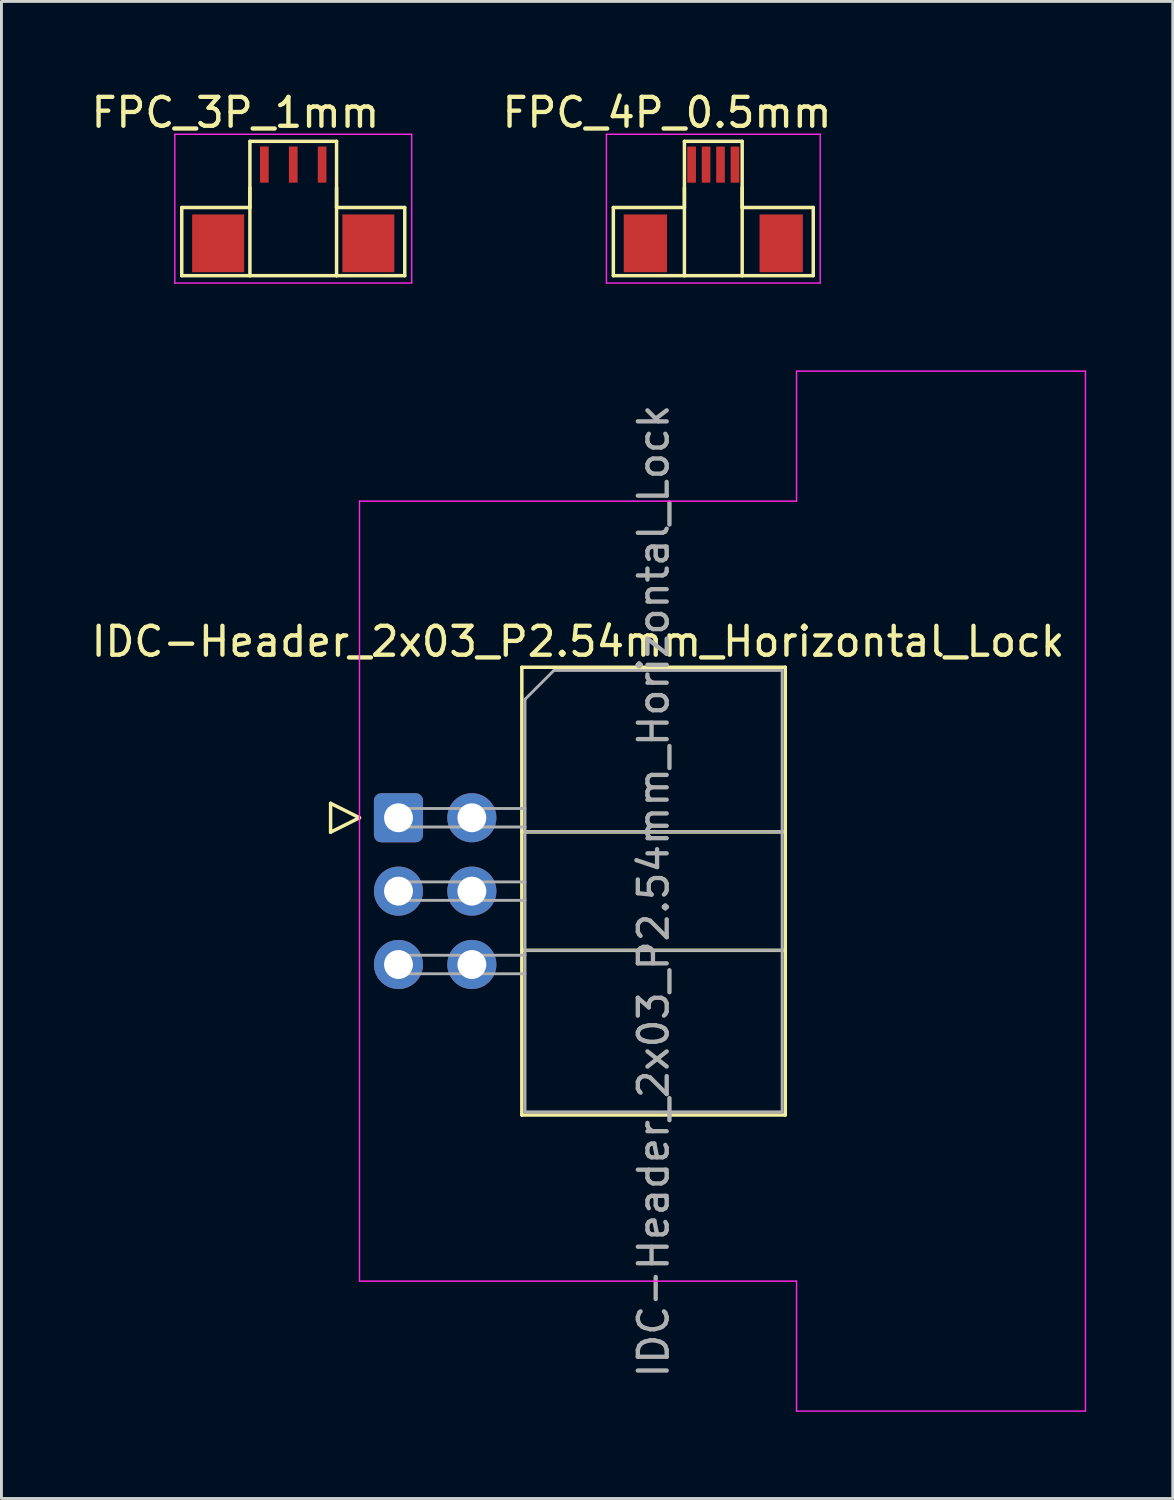
<source format=kicad_pcb>
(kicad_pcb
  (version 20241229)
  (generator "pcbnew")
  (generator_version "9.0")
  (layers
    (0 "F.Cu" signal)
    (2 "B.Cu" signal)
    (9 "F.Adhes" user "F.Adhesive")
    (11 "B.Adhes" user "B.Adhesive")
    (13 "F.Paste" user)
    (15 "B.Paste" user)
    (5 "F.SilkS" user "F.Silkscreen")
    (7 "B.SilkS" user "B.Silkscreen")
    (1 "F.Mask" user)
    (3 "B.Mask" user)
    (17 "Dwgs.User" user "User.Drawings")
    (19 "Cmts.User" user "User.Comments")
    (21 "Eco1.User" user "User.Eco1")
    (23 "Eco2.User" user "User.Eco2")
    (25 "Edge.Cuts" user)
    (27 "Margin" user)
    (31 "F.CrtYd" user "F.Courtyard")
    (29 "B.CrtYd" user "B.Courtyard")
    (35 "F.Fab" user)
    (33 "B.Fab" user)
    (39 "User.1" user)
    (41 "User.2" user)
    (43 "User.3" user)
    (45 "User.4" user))
  (footprint "IDC-Header_2x03_P2.54mm_Horizontal_Lock"
    (layer "F.Cu")
    (at 10.769 25.243)
    (property "Reference" "IDC-Header_2x03_P2.54mm_Horizontal_Lock" (at 6.19 -6.085 0) (layer "F.SilkS") (effects (font (size 1 1) (thickness 0.15))))
    (attr through_hole)
    (fp_line (start -2.375 -0.485) (end -2.375 0.515) (stroke (width 0.12) (type solid)) (layer "F.SilkS"))
    (fp_line (start -2.375 0.515) (end -1.375 0.015) (stroke (width 0.12) (type solid)) (layer "F.SilkS"))
    (fp_line (start -1.375 0.015) (end -2.375 -0.485) (stroke (width 0.12) (type solid)) (layer "F.SilkS"))
    (fp_line (start 4.245 -5.195) (end 13.365 -5.195) (stroke (width 0.12) (type solid)) (layer "F.SilkS"))
    (fp_line (start 4.245 0.505) (end 13.365 0.505) (stroke (width 0.12) (type solid)) (layer "F.SilkS"))
    (fp_line (start 4.245 4.605) (end 13.365 4.605) (stroke (width 0.12) (type solid)) (layer "F.SilkS"))
    (fp_line (start 4.245 10.305) (end 4.245 -5.195) (stroke (width 0.12) (type solid)) (layer "F.SilkS"))
    (fp_line (start 13.365 -5.195) (end 13.365 10.305) (stroke (width 0.12) (type solid)) (layer "F.SilkS"))
    (fp_line (start 13.365 10.305) (end 4.245 10.305) (stroke (width 0.12) (type solid)) (layer "F.SilkS"))
    (fp_line (start -1.375 -10.945) (end -1.375 16.055) (stroke (width 0.05) (type solid)) (layer "F.CrtYd"))
    (fp_line (start -1.375 16.055) (end 13.755 16.055) (stroke (width 0.05) (type solid)) (layer "F.CrtYd"))
    (fp_line (start 13.755 -15.445) (end 13.755 -10.945) (stroke (width 0.05) (type solid)) (layer "F.CrtYd"))
    (fp_line (start 13.755 -15.445) (end 23.755 -15.445) (stroke (width 0.05) (type solid)) (layer "F.CrtYd"))
    (fp_line (start 13.755 -10.945) (end -1.375 -10.945) (stroke (width 0.05) (type solid)) (layer "F.CrtYd"))
    (fp_line (start 13.755 16.055) (end 13.755 20.555) (stroke (width 0.05) (type solid)) (layer "F.CrtYd"))
    (fp_line (start 13.755 20.555) (end 23.755 20.555) (stroke (width 0.05) (type solid)) (layer "F.CrtYd"))
    (fp_line (start 23.755 -15.445) (end 23.755 20.555) (stroke (width 0.05) (type solid)) (layer "F.CrtYd"))
    (fp_line (start -0.345 -0.305) (end -0.345 0.335) (stroke (width 0.1) (type solid)) (layer "F.Fab"))
    (fp_line (start -0.345 0.335) (end 4.355 0.335) (stroke (width 0.1) (type solid)) (layer "F.Fab"))
    (fp_line (start -0.345 2.235) (end -0.345 2.875) (stroke (width 0.1) (type solid)) (layer "F.Fab"))
    (fp_line (start -0.345 2.875) (end 4.355 2.875) (stroke (width 0.1) (type solid)) (layer "F.Fab"))
    (fp_line (start -0.345 4.775) (end -0.345 5.415) (stroke (width 0.1) (type solid)) (layer "F.Fab"))
    (fp_line (start -0.345 5.415) (end 4.355 5.415) (stroke (width 0.1) (type solid)) (layer "F.Fab"))
    (fp_line (start 4.355 -4.085) (end 5.355 -5.085) (stroke (width 0.1) (type solid)) (layer "F.Fab"))
    (fp_line (start 4.355 -0.305) (end -0.345 -0.305) (stroke (width 0.1) (type solid)) (layer "F.Fab"))
    (fp_line (start 4.355 0.505) (end 13.255 0.505) (stroke (width 0.1) (type solid)) (layer "F.Fab"))
    (fp_line (start 4.355 2.235) (end -0.345 2.235) (stroke (width 0.1) (type solid)) (layer "F.Fab"))
    (fp_line (start 4.355 4.605) (end 13.255 4.605) (stroke (width 0.1) (type solid)) (layer "F.Fab"))
    (fp_line (start 4.355 4.775) (end -0.345 4.775) (stroke (width 0.1) (type solid)) (layer "F.Fab"))
    (fp_line (start 4.355 10.195) (end 4.355 -4.085) (stroke (width 0.1) (type solid)) (layer "F.Fab"))
    (fp_line (start 5.355 -5.085) (end 13.255 -5.085) (stroke (width 0.1) (type solid)) (layer "F.Fab"))
    (fp_line (start 13.255 -5.085) (end 13.255 10.195) (stroke (width 0.1) (type solid)) (layer "F.Fab"))
    (fp_line (start 13.255 10.195) (end 4.355 10.195) (stroke (width 0.1) (type solid)) (layer "F.Fab"))
    (fp_text user "${REFERENCE}" (at 8.805 2.555 90) (layer "F.Fab") (effects (font (size 1 1) (thickness 0.15))))
    (pad "1" thru_hole roundrect (at -0.025 0.015) (size 1.7 1.7) (drill 1) (layers "*.Cu" "*.Mask") (roundrect_rratio 0.147))
    (pad "2" thru_hole circle (at 2.515 0.015) (size 1.7 1.7) (drill 1) (layers "*.Cu" "*.Mask"))
    (pad "3" thru_hole circle (at -0.025 2.555) (size 1.7 1.7) (drill 1) (layers "*.Cu" "*.Mask"))
    (pad "4" thru_hole circle (at 2.515 2.555) (size 1.7 1.7) (drill 1) (layers "*.Cu" "*.Mask"))
    (pad "5" thru_hole circle (at -0.025 5.095) (size 1.7 1.7) (drill 1) (layers "*.Cu" "*.Mask"))
    (pad "6" thru_hole circle (at 2.515 5.095) (size 1.7 1.7) (drill 1) (layers "*.Cu" "*.Mask")))
  (footprint "FPC_4P_0.5mm"
    (layer "F.Cu")
    (at 21.642 2.648)
    (property "Reference" "FPC_4P_0.5mm" (at -1.6 -1.8 0) (layer "F.SilkS") (effects (font (size 1 1) (thickness 0.15))))
    (attr through_hole)
    (fp_line (start -3.46 1.485) (end -1 1.485) (stroke (width 0.12) (type solid)) (layer "F.SilkS"))
    (fp_line (start -3.46 3.845) (end -3.46 1.485) (stroke (width 0.12) (type solid)) (layer "F.SilkS"))
    (fp_line (start -1 -0.805) (end 1 -0.805) (stroke (width 0.12) (type solid)) (layer "F.SilkS"))
    (fp_line (start -1 0.805) (end -1 3.845) (stroke (width 0.12) (type solid)) (layer "F.SilkS"))
    (fp_line (start -1 1.485) (end -1 -0.805) (stroke (width 0.12) (type solid)) (layer "F.SilkS"))
    (fp_line (start -1 3.845) (end -3.46 3.845) (stroke (width 0.12) (type solid)) (layer "F.SilkS"))
    (fp_line (start -1 3.845) (end 1 3.845) (stroke (width 0.12) (type solid)) (layer "F.SilkS"))
    (fp_line (start 1 0.805) (end 1 3.845) (stroke (width 0.12) (type solid)) (layer "F.SilkS"))
    (fp_line (start 1 1.485) (end 1 -0.805) (stroke (width 0.12) (type solid)) (layer "F.SilkS"))
    (fp_line (start 1 3.845) (end 3.46 3.845) (stroke (width 0.12) (type solid)) (layer "F.SilkS"))
    (fp_line (start 3.46 1.485) (end 1 1.485) (stroke (width 0.12) (type solid)) (layer "F.SilkS"))
    (fp_line (start 3.46 3.845) (end 3.46 1.485) (stroke (width 0.12) (type solid)) (layer "F.SilkS"))
    (fp_line (start -3.7 -1.05) (end -3.7 4.1) (stroke (width 0.05) (type solid)) (layer "F.CrtYd"))
    (fp_line (start -3.7 -1.05) (end 3.7 -1.05) (stroke (width 0.05) (type solid)) (layer "F.CrtYd"))
    (fp_line (start -3.7 4.1) (end 3.7 4.1) (stroke (width 0.05) (type solid)) (layer "F.CrtYd"))
    (fp_line (start 3.7 -1.05) (end 3.7 4.1) (stroke (width 0.05) (type solid)) (layer "F.CrtYd"))
    (pad "0" smd rect (at -2.35 2.725) (size 1.5 2) (layers "F.Cu" "F.Mask" "F.Paste"))
    (pad "0" smd rect (at 2.35 2.725) (size 1.5 2) (layers "F.Cu" "F.Mask" "F.Paste"))
    (pad "1" smd rect (at -0.75 0) (size 0.3 1.25) (layers "F.Cu" "F.Mask" "F.Paste"))
    (pad "2" smd rect (at -0.25 0) (size 0.3 1.25) (layers "F.Cu" "F.Mask" "F.Paste"))
    (pad "3" smd rect (at 0.25 0) (size 0.3 1.25) (layers "F.Cu" "F.Mask" "F.Paste"))
    (pad "4" smd rect (at 0.75 0) (size 0.3 1.25) (layers "F.Cu" "F.Mask" "F.Paste")))
  (footprint "FPC_3P_1mm"
    (layer "F.Cu")
    (at 7.101 2.648)
    (property "Reference" "FPC_3P_1mm" (at -2 -1.8 0) (layer "F.SilkS") (effects (font (size 1 1) (thickness 0.15))))
    (attr through_hole)
    (fp_line (start -3.86 1.485) (end -1.5 1.485) (stroke (width 0.12) (type solid)) (layer "F.SilkS"))
    (fp_line (start -3.86 3.845) (end -3.86 1.485) (stroke (width 0.12) (type solid)) (layer "F.SilkS"))
    (fp_line (start -1.5 -0.805) (end 1.5 -0.805) (stroke (width 0.12) (type solid)) (layer "F.SilkS"))
    (fp_line (start -1.5 0.805) (end -1.5 3.845) (stroke (width 0.12) (type solid)) (layer "F.SilkS"))
    (fp_line (start -1.5 1.485) (end -1.5 -0.805) (stroke (width 0.12) (type solid)) (layer "F.SilkS"))
    (fp_line (start -1.5 3.845) (end -3.86 3.845) (stroke (width 0.12) (type solid)) (layer "F.SilkS"))
    (fp_line (start -1.5 3.845) (end 1.5 3.845) (stroke (width 0.12) (type solid)) (layer "F.SilkS"))
    (fp_line (start 1.5 0.805) (end 1.5 3.845) (stroke (width 0.12) (type solid)) (layer "F.SilkS"))
    (fp_line (start 1.5 1.485) (end 1.5 -0.805) (stroke (width 0.12) (type solid)) (layer "F.SilkS"))
    (fp_line (start 1.5 3.845) (end 3.86 3.845) (stroke (width 0.12) (type solid)) (layer "F.SilkS"))
    (fp_line (start 3.86 1.485) (end 1.5 1.485) (stroke (width 0.12) (type solid)) (layer "F.SilkS"))
    (fp_line (start 3.86 3.845) (end 3.86 1.485) (stroke (width 0.12) (type solid)) (layer "F.SilkS"))
    (fp_line (start -4.1 -1.05) (end -4.1 4.1) (stroke (width 0.05) (type solid)) (layer "F.CrtYd"))
    (fp_line (start -4.1 -1.05) (end 4.1 -1.05) (stroke (width 0.05) (type solid)) (layer "F.CrtYd"))
    (fp_line (start -4.1 4.1) (end 4.1 4.1) (stroke (width 0.05) (type solid)) (layer "F.CrtYd"))
    (fp_line (start 4.1 -1.05) (end 4.1 4.1) (stroke (width 0.05) (type solid)) (layer "F.CrtYd"))
    (pad "0" smd rect (at -2.6 2.725) (size 1.8 2) (layers "F.Cu" "F.Mask" "F.Paste"))
    (pad "0" smd rect (at 2.6 2.725) (size 1.8 2) (layers "F.Cu" "F.Mask" "F.Paste"))
    (pad "1" smd rect (at -1 0) (size 0.3 1.25) (layers "F.Cu" "F.Mask" "F.Paste"))
    (pad "2" smd rect (at 0 0) (size 0.3 1.25) (layers "F.Cu" "F.Mask" "F.Paste"))
    (pad "3" smd rect (at 1 0) (size 0.3 1.25) (layers "F.Cu" "F.Mask" "F.Paste")))
  (gr_rect
    (start -3 -3)
    (end 37.548 48.823)
    (stroke (width 0.1) (type default))
    (fill no)
    (layer "Edge.Cuts")))
</source>
